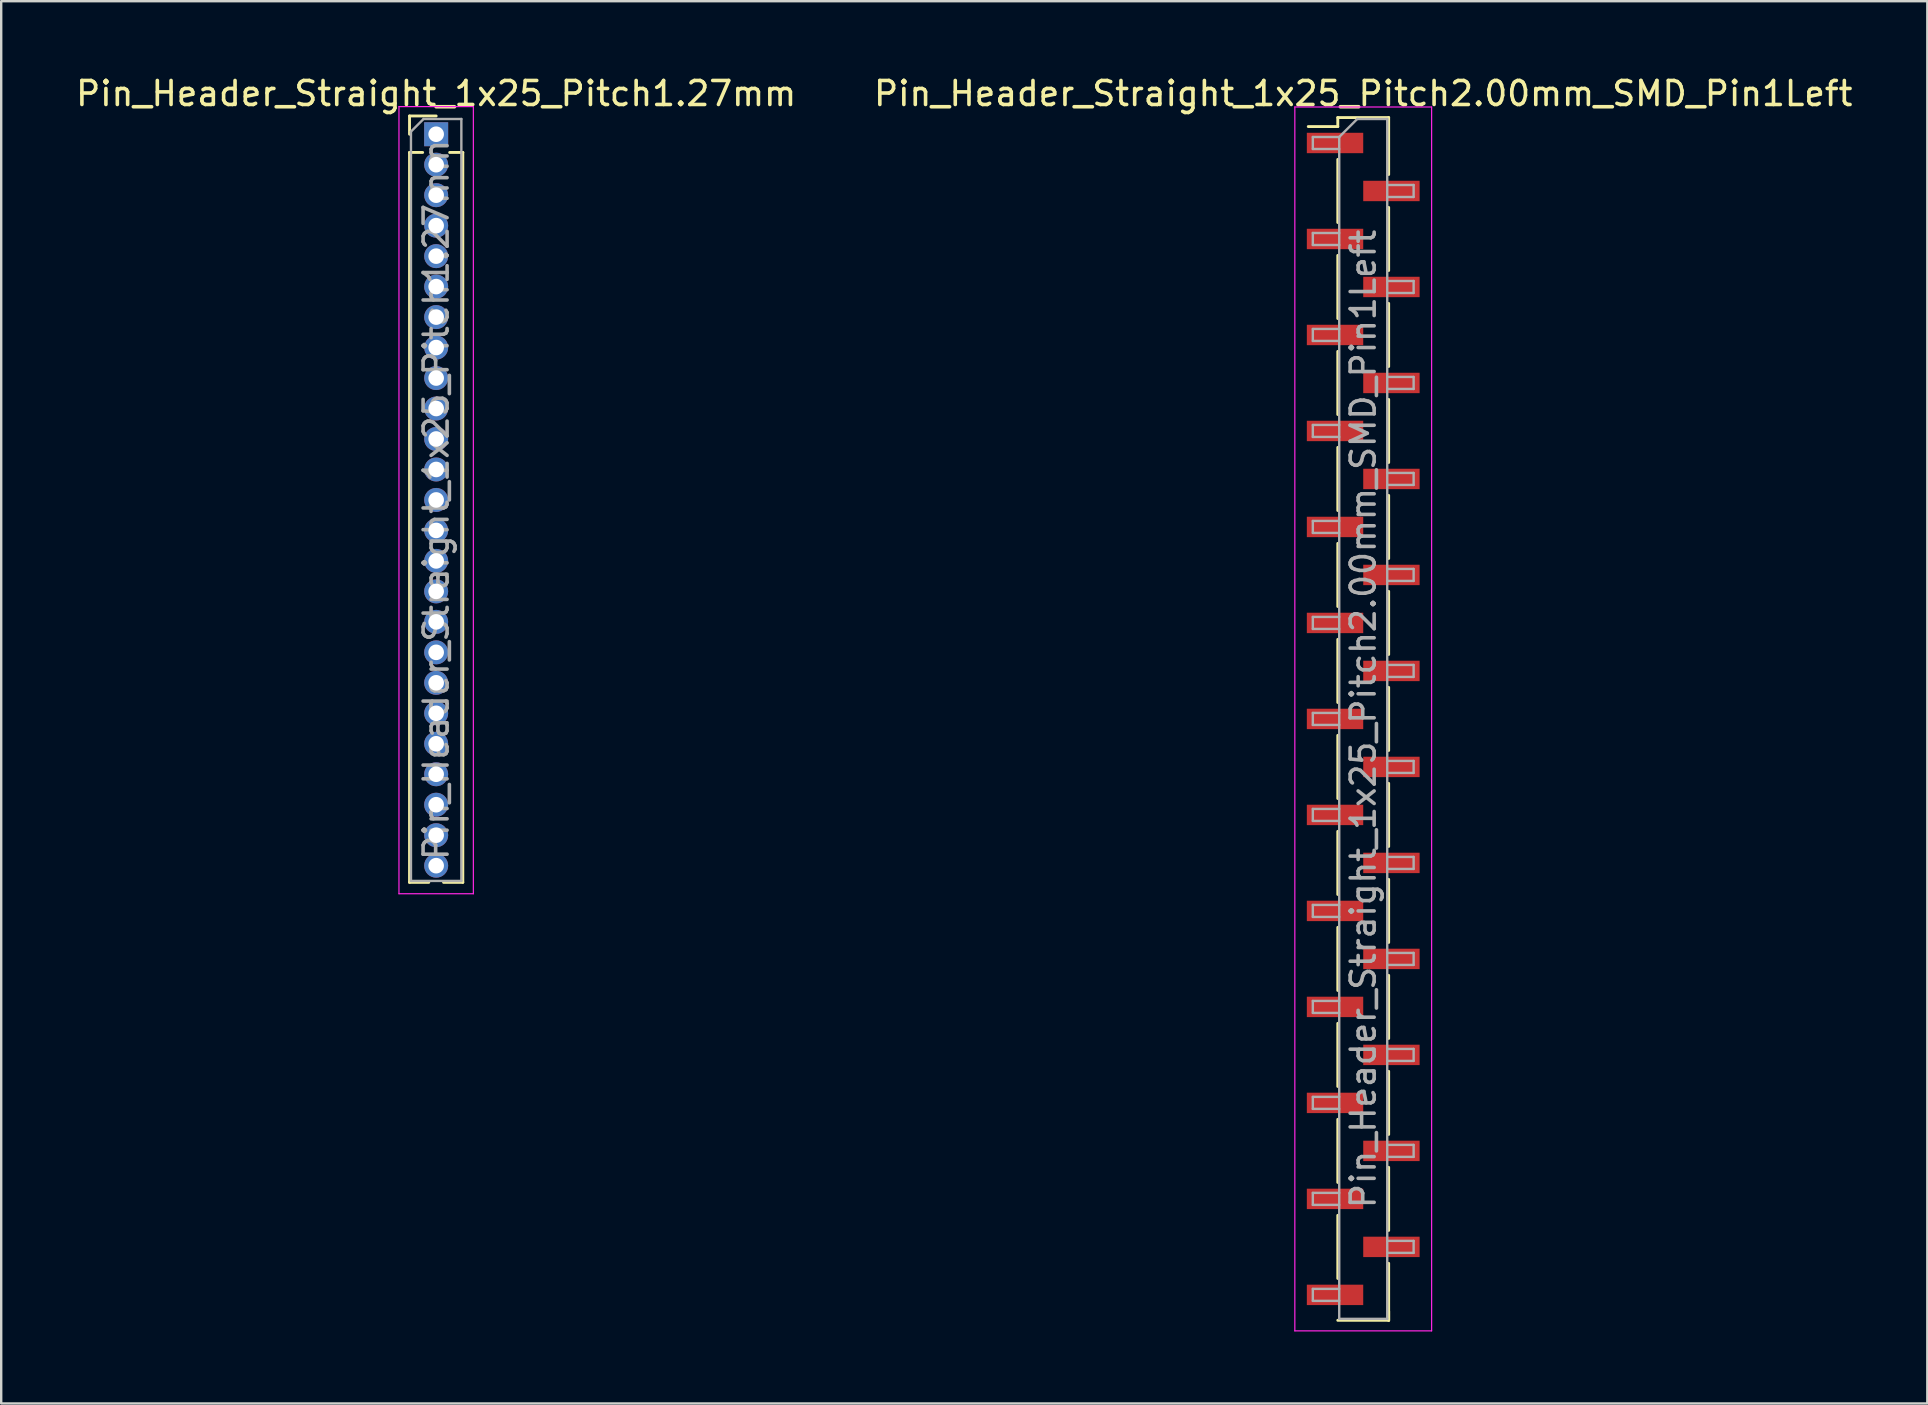
<source format=kicad_pcb>
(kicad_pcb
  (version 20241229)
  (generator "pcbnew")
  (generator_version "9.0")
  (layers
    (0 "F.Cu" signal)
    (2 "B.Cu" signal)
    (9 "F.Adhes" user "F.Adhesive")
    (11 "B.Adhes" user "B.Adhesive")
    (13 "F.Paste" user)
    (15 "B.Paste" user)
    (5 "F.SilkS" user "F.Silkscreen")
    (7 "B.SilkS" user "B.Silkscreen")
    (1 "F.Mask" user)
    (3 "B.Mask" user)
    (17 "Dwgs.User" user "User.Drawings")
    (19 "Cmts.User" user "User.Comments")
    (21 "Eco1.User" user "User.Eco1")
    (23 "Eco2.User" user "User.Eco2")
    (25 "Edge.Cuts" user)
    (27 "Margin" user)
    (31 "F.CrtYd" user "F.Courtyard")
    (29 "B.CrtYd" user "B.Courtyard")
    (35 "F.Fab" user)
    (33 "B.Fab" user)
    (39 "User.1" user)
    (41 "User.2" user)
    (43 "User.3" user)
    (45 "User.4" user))
  (footprint "Pin_Header_Straight_1x25_Pitch1.27mm"
    (layer "F.Cu")
    (at 15.125 2.543)
    (property "Reference" "Pin_Header_Straight_1x25_Pitch1.27mm" (at 0 -1.695 0) (layer "F.SilkS") (effects (font (size 1 1) (thickness 0.15))))
    (attr through_hole)
    (fp_line (start -1.11 -0.76) (end 0 -0.76) (stroke (width 0.12) (type solid)) (layer "F.SilkS"))
    (fp_line (start -1.11 0) (end -1.11 -0.76) (stroke (width 0.12) (type solid)) (layer "F.SilkS"))
    (fp_line (start -1.11 0.76) (end -1.11 31.175) (stroke (width 0.12) (type solid)) (layer "F.SilkS"))
    (fp_line (start -1.11 0.76) (end -0.563 0.76) (stroke (width 0.12) (type solid)) (layer "F.SilkS"))
    (fp_line (start -1.11 31.175) (end -0.308 31.175) (stroke (width 0.12) (type solid)) (layer "F.SilkS"))
    (fp_line (start 0.308 31.175) (end 1.11 31.175) (stroke (width 0.12) (type solid)) (layer "F.SilkS"))
    (fp_line (start 0.563 0.76) (end 1.11 0.76) (stroke (width 0.12) (type solid)) (layer "F.SilkS"))
    (fp_line (start 1.11 0.76) (end 1.11 31.175) (stroke (width 0.12) (type solid)) (layer "F.SilkS"))
    (fp_line (start -1.55 -1.15) (end -1.55 31.65) (stroke (width 0.05) (type solid)) (layer "F.CrtYd"))
    (fp_line (start -1.55 31.65) (end 1.55 31.65) (stroke (width 0.05) (type solid)) (layer "F.CrtYd"))
    (fp_line (start 1.55 -1.15) (end -1.55 -1.15) (stroke (width 0.05) (type solid)) (layer "F.CrtYd"))
    (fp_line (start 1.55 31.65) (end 1.55 -1.15) (stroke (width 0.05) (type solid)) (layer "F.CrtYd"))
    (fp_line (start -1.05 -0.11) (end -0.525 -0.635) (stroke (width 0.1) (type solid)) (layer "F.Fab"))
    (fp_line (start -1.05 31.115) (end -1.05 -0.11) (stroke (width 0.1) (type solid)) (layer "F.Fab"))
    (fp_line (start -0.525 -0.635) (end 1.05 -0.635) (stroke (width 0.1) (type solid)) (layer "F.Fab"))
    (fp_line (start 1.05 -0.635) (end 1.05 31.115) (stroke (width 0.1) (type solid)) (layer "F.Fab"))
    (fp_line (start 1.05 31.115) (end -1.05 31.115) (stroke (width 0.1) (type solid)) (layer "F.Fab"))
    (fp_text user "${REFERENCE}" (at 0 15.24 90) (layer "F.Fab") (effects (font (size 1 1) (thickness 0.15))))
    (pad "1" thru_hole rect (at 0 0) (size 1 1) (drill 0.65) (layers "*.Cu" "*.Mask"))
    (pad "2" thru_hole oval (at 0 1.27) (size 1 1) (drill 0.65) (layers "*.Cu" "*.Mask"))
    (pad "3" thru_hole oval (at 0 2.54) (size 1 1) (drill 0.65) (layers "*.Cu" "*.Mask"))
    (pad "4" thru_hole oval (at 0 3.81) (size 1 1) (drill 0.65) (layers "*.Cu" "*.Mask"))
    (pad "5" thru_hole oval (at 0 5.08) (size 1 1) (drill 0.65) (layers "*.Cu" "*.Mask"))
    (pad "6" thru_hole oval (at 0 6.35) (size 1 1) (drill 0.65) (layers "*.Cu" "*.Mask"))
    (pad "7" thru_hole oval (at 0 7.62) (size 1 1) (drill 0.65) (layers "*.Cu" "*.Mask"))
    (pad "8" thru_hole oval (at 0 8.89) (size 1 1) (drill 0.65) (layers "*.Cu" "*.Mask"))
    (pad "9" thru_hole oval (at 0 10.16) (size 1 1) (drill 0.65) (layers "*.Cu" "*.Mask"))
    (pad "10" thru_hole oval (at 0 11.43) (size 1 1) (drill 0.65) (layers "*.Cu" "*.Mask"))
    (pad "11" thru_hole oval (at 0 12.7) (size 1 1) (drill 0.65) (layers "*.Cu" "*.Mask"))
    (pad "12" thru_hole oval (at 0 13.97) (size 1 1) (drill 0.65) (layers "*.Cu" "*.Mask"))
    (pad "13" thru_hole oval (at 0 15.24) (size 1 1) (drill 0.65) (layers "*.Cu" "*.Mask"))
    (pad "14" thru_hole oval (at 0 16.51) (size 1 1) (drill 0.65) (layers "*.Cu" "*.Mask"))
    (pad "15" thru_hole oval (at 0 17.78) (size 1 1) (drill 0.65) (layers "*.Cu" "*.Mask"))
    (pad "16" thru_hole oval (at 0 19.05) (size 1 1) (drill 0.65) (layers "*.Cu" "*.Mask"))
    (pad "17" thru_hole oval (at 0 20.32) (size 1 1) (drill 0.65) (layers "*.Cu" "*.Mask"))
    (pad "18" thru_hole oval (at 0 21.59) (size 1 1) (drill 0.65) (layers "*.Cu" "*.Mask"))
    (pad "19" thru_hole oval (at 0 22.86) (size 1 1) (drill 0.65) (layers "*.Cu" "*.Mask"))
    (pad "20" thru_hole oval (at 0 24.13) (size 1 1) (drill 0.65) (layers "*.Cu" "*.Mask"))
    (pad "21" thru_hole oval (at 0 25.4) (size 1 1) (drill 0.65) (layers "*.Cu" "*.Mask"))
    (pad "22" thru_hole oval (at 0 26.67) (size 1 1) (drill 0.65) (layers "*.Cu" "*.Mask"))
    (pad "23" thru_hole oval (at 0 27.94) (size 1 1) (drill 0.65) (layers "*.Cu" "*.Mask"))
    (pad "24" thru_hole oval (at 0 29.21) (size 1 1) (drill 0.65) (layers "*.Cu" "*.Mask"))
    (pad "25" thru_hole oval (at 0 30.48) (size 1 1) (drill 0.65) (layers "*.Cu" "*.Mask")))
  (footprint "Pin_Header_Straight_1x25_Pitch2.00mm_SMD_Pin1Left"
    (layer "F.Cu")
    (at 53.756 26.908)
    (property "Reference" "Pin_Header_Straight_1x25_Pitch2.00mm_SMD_Pin1Left" (at 0 -26.06 0) (layer "F.SilkS") (effects (font (size 1 1) (thickness 0.15))))
    (attr smd)
    (fp_line (start -1.06 -25.06) (end -1.06 -24.685) (stroke (width 0.12) (type solid)) (layer "F.SilkS"))
    (fp_line (start -1.06 -25.06) (end 1.06 -25.06) (stroke (width 0.12) (type solid)) (layer "F.SilkS"))
    (fp_line (start -1.06 -24.685) (end -2.29 -24.685) (stroke (width 0.12) (type solid)) (layer "F.SilkS"))
    (fp_line (start -1.06 -23.315) (end -1.06 -20.685) (stroke (width 0.12) (type solid)) (layer "F.SilkS"))
    (fp_line (start -1.06 -19.315) (end -1.06 -16.685) (stroke (width 0.12) (type solid)) (layer "F.SilkS"))
    (fp_line (start -1.06 -15.315) (end -1.06 -12.685) (stroke (width 0.12) (type solid)) (layer "F.SilkS"))
    (fp_line (start -1.06 -11.315) (end -1.06 -8.685) (stroke (width 0.12) (type solid)) (layer "F.SilkS"))
    (fp_line (start -1.06 -7.315) (end -1.06 -4.685) (stroke (width 0.12) (type solid)) (layer "F.SilkS"))
    (fp_line (start -1.06 -3.315) (end -1.06 -0.685) (stroke (width 0.12) (type solid)) (layer "F.SilkS"))
    (fp_line (start -1.06 0.685) (end -1.06 3.315) (stroke (width 0.12) (type solid)) (layer "F.SilkS"))
    (fp_line (start -1.06 4.685) (end -1.06 7.315) (stroke (width 0.12) (type solid)) (layer "F.SilkS"))
    (fp_line (start -1.06 8.685) (end -1.06 11.315) (stroke (width 0.12) (type solid)) (layer "F.SilkS"))
    (fp_line (start -1.06 12.685) (end -1.06 15.315) (stroke (width 0.12) (type solid)) (layer "F.SilkS"))
    (fp_line (start -1.06 16.685) (end -1.06 19.315) (stroke (width 0.12) (type solid)) (layer "F.SilkS"))
    (fp_line (start -1.06 20.685) (end -1.06 23.315) (stroke (width 0.12) (type solid)) (layer "F.SilkS"))
    (fp_line (start -1.06 25.06) (end 1.06 25.06) (stroke (width 0.12) (type solid)) (layer "F.SilkS"))
    (fp_line (start 1.06 -25.06) (end 1.06 -22.685) (stroke (width 0.12) (type solid)) (layer "F.SilkS"))
    (fp_line (start 1.06 -21.315) (end 1.06 -18.685) (stroke (width 0.12) (type solid)) (layer "F.SilkS"))
    (fp_line (start 1.06 -17.315) (end 1.06 -14.685) (stroke (width 0.12) (type solid)) (layer "F.SilkS"))
    (fp_line (start 1.06 -13.315) (end 1.06 -10.685) (stroke (width 0.12) (type solid)) (layer "F.SilkS"))
    (fp_line (start 1.06 -9.315) (end 1.06 -6.685) (stroke (width 0.12) (type solid)) (layer "F.SilkS"))
    (fp_line (start 1.06 -5.315) (end 1.06 -2.685) (stroke (width 0.12) (type solid)) (layer "F.SilkS"))
    (fp_line (start 1.06 -1.315) (end 1.06 1.315) (stroke (width 0.12) (type solid)) (layer "F.SilkS"))
    (fp_line (start 1.06 2.685) (end 1.06 5.315) (stroke (width 0.12) (type solid)) (layer "F.SilkS"))
    (fp_line (start 1.06 6.685) (end 1.06 9.315) (stroke (width 0.12) (type solid)) (layer "F.SilkS"))
    (fp_line (start 1.06 10.685) (end 1.06 13.315) (stroke (width 0.12) (type solid)) (layer "F.SilkS"))
    (fp_line (start 1.06 14.685) (end 1.06 17.315) (stroke (width 0.12) (type solid)) (layer "F.SilkS"))
    (fp_line (start 1.06 18.685) (end 1.06 21.315) (stroke (width 0.12) (type solid)) (layer "F.SilkS"))
    (fp_line (start 1.06 22.685) (end 1.06 25.06) (stroke (width 0.12) (type solid)) (layer "F.SilkS"))
    (fp_line (start 1.06 24.685) (end 1.06 25.06) (stroke (width 0.12) (type solid)) (layer "F.SilkS"))
    (fp_line (start -2.85 -25.5) (end -2.85 25.5) (stroke (width 0.05) (type solid)) (layer "F.CrtYd"))
    (fp_line (start -2.85 25.5) (end 2.85 25.5) (stroke (width 0.05) (type solid)) (layer "F.CrtYd"))
    (fp_line (start 2.85 -25.5) (end -2.85 -25.5) (stroke (width 0.05) (type solid)) (layer "F.CrtYd"))
    (fp_line (start 2.85 25.5) (end 2.85 -25.5) (stroke (width 0.05) (type solid)) (layer "F.CrtYd"))
    (fp_line (start -2.1 -24.25) (end -2.1 -23.75) (stroke (width 0.1) (type solid)) (layer "F.Fab"))
    (fp_line (start -2.1 -23.75) (end -1 -23.75) (stroke (width 0.1) (type solid)) (layer "F.Fab"))
    (fp_line (start -2.1 -20.25) (end -2.1 -19.75) (stroke (width 0.1) (type solid)) (layer "F.Fab"))
    (fp_line (start -2.1 -19.75) (end -1 -19.75) (stroke (width 0.1) (type solid)) (layer "F.Fab"))
    (fp_line (start -2.1 -16.25) (end -2.1 -15.75) (stroke (width 0.1) (type solid)) (layer "F.Fab"))
    (fp_line (start -2.1 -15.75) (end -1 -15.75) (stroke (width 0.1) (type solid)) (layer "F.Fab"))
    (fp_line (start -2.1 -12.25) (end -2.1 -11.75) (stroke (width 0.1) (type solid)) (layer "F.Fab"))
    (fp_line (start -2.1 -11.75) (end -1 -11.75) (stroke (width 0.1) (type solid)) (layer "F.Fab"))
    (fp_line (start -2.1 -8.25) (end -2.1 -7.75) (stroke (width 0.1) (type solid)) (layer "F.Fab"))
    (fp_line (start -2.1 -7.75) (end -1 -7.75) (stroke (width 0.1) (type solid)) (layer "F.Fab"))
    (fp_line (start -2.1 -4.25) (end -2.1 -3.75) (stroke (width 0.1) (type solid)) (layer "F.Fab"))
    (fp_line (start -2.1 -3.75) (end -1 -3.75) (stroke (width 0.1) (type solid)) (layer "F.Fab"))
    (fp_line (start -2.1 -0.25) (end -2.1 0.25) (stroke (width 0.1) (type solid)) (layer "F.Fab"))
    (fp_line (start -2.1 0.25) (end -1 0.25) (stroke (width 0.1) (type solid)) (layer "F.Fab"))
    (fp_line (start -2.1 3.75) (end -2.1 4.25) (stroke (width 0.1) (type solid)) (layer "F.Fab"))
    (fp_line (start -2.1 4.25) (end -1 4.25) (stroke (width 0.1) (type solid)) (layer "F.Fab"))
    (fp_line (start -2.1 7.75) (end -2.1 8.25) (stroke (width 0.1) (type solid)) (layer "F.Fab"))
    (fp_line (start -2.1 8.25) (end -1 8.25) (stroke (width 0.1) (type solid)) (layer "F.Fab"))
    (fp_line (start -2.1 11.75) (end -2.1 12.25) (stroke (width 0.1) (type solid)) (layer "F.Fab"))
    (fp_line (start -2.1 12.25) (end -1 12.25) (stroke (width 0.1) (type solid)) (layer "F.Fab"))
    (fp_line (start -2.1 15.75) (end -2.1 16.25) (stroke (width 0.1) (type solid)) (layer "F.Fab"))
    (fp_line (start -2.1 16.25) (end -1 16.25) (stroke (width 0.1) (type solid)) (layer "F.Fab"))
    (fp_line (start -2.1 19.75) (end -2.1 20.25) (stroke (width 0.1) (type solid)) (layer "F.Fab"))
    (fp_line (start -2.1 20.25) (end -1 20.25) (stroke (width 0.1) (type solid)) (layer "F.Fab"))
    (fp_line (start -2.1 23.75) (end -2.1 24.25) (stroke (width 0.1) (type solid)) (layer "F.Fab"))
    (fp_line (start -2.1 24.25) (end -1 24.25) (stroke (width 0.1) (type solid)) (layer "F.Fab"))
    (fp_line (start -1 -24.25) (end -2.1 -24.25) (stroke (width 0.1) (type solid)) (layer "F.Fab"))
    (fp_line (start -1 -24.25) (end -0.25 -25) (stroke (width 0.1) (type solid)) (layer "F.Fab"))
    (fp_line (start -1 -20.25) (end -2.1 -20.25) (stroke (width 0.1) (type solid)) (layer "F.Fab"))
    (fp_line (start -1 -16.25) (end -2.1 -16.25) (stroke (width 0.1) (type solid)) (layer "F.Fab"))
    (fp_line (start -1 -12.25) (end -2.1 -12.25) (stroke (width 0.1) (type solid)) (layer "F.Fab"))
    (fp_line (start -1 -8.25) (end -2.1 -8.25) (stroke (width 0.1) (type solid)) (layer "F.Fab"))
    (fp_line (start -1 -4.25) (end -2.1 -4.25) (stroke (width 0.1) (type solid)) (layer "F.Fab"))
    (fp_line (start -1 -0.25) (end -2.1 -0.25) (stroke (width 0.1) (type solid)) (layer "F.Fab"))
    (fp_line (start -1 3.75) (end -2.1 3.75) (stroke (width 0.1) (type solid)) (layer "F.Fab"))
    (fp_line (start -1 7.75) (end -2.1 7.75) (stroke (width 0.1) (type solid)) (layer "F.Fab"))
    (fp_line (start -1 11.75) (end -2.1 11.75) (stroke (width 0.1) (type solid)) (layer "F.Fab"))
    (fp_line (start -1 15.75) (end -2.1 15.75) (stroke (width 0.1) (type solid)) (layer "F.Fab"))
    (fp_line (start -1 19.75) (end -2.1 19.75) (stroke (width 0.1) (type solid)) (layer "F.Fab"))
    (fp_line (start -1 23.75) (end -2.1 23.75) (stroke (width 0.1) (type solid)) (layer "F.Fab"))
    (fp_line (start -1 25) (end -1 -24.25) (stroke (width 0.1) (type solid)) (layer "F.Fab"))
    (fp_line (start -0.25 -25) (end 1 -25) (stroke (width 0.1) (type solid)) (layer "F.Fab"))
    (fp_line (start 1 -25) (end 1 25) (stroke (width 0.1) (type solid)) (layer "F.Fab"))
    (fp_line (start 1 -22.25) (end 2.1 -22.25) (stroke (width 0.1) (type solid)) (layer "F.Fab"))
    (fp_line (start 1 -18.25) (end 2.1 -18.25) (stroke (width 0.1) (type solid)) (layer "F.Fab"))
    (fp_line (start 1 -14.25) (end 2.1 -14.25) (stroke (width 0.1) (type solid)) (layer "F.Fab"))
    (fp_line (start 1 -10.25) (end 2.1 -10.25) (stroke (width 0.1) (type solid)) (layer "F.Fab"))
    (fp_line (start 1 -6.25) (end 2.1 -6.25) (stroke (width 0.1) (type solid)) (layer "F.Fab"))
    (fp_line (start 1 -2.25) (end 2.1 -2.25) (stroke (width 0.1) (type solid)) (layer "F.Fab"))
    (fp_line (start 1 1.75) (end 2.1 1.75) (stroke (width 0.1) (type solid)) (layer "F.Fab"))
    (fp_line (start 1 5.75) (end 2.1 5.75) (stroke (width 0.1) (type solid)) (layer "F.Fab"))
    (fp_line (start 1 9.75) (end 2.1 9.75) (stroke (width 0.1) (type solid)) (layer "F.Fab"))
    (fp_line (start 1 13.75) (end 2.1 13.75) (stroke (width 0.1) (type solid)) (layer "F.Fab"))
    (fp_line (start 1 17.75) (end 2.1 17.75) (stroke (width 0.1) (type solid)) (layer "F.Fab"))
    (fp_line (start 1 21.75) (end 2.1 21.75) (stroke (width 0.1) (type solid)) (layer "F.Fab"))
    (fp_line (start 1 25) (end -1 25) (stroke (width 0.1) (type solid)) (layer "F.Fab"))
    (fp_line (start 2.1 -22.25) (end 2.1 -21.75) (stroke (width 0.1) (type solid)) (layer "F.Fab"))
    (fp_line (start 2.1 -21.75) (end 1 -21.75) (stroke (width 0.1) (type solid)) (layer "F.Fab"))
    (fp_line (start 2.1 -18.25) (end 2.1 -17.75) (stroke (width 0.1) (type solid)) (layer "F.Fab"))
    (fp_line (start 2.1 -17.75) (end 1 -17.75) (stroke (width 0.1) (type solid)) (layer "F.Fab"))
    (fp_line (start 2.1 -14.25) (end 2.1 -13.75) (stroke (width 0.1) (type solid)) (layer "F.Fab"))
    (fp_line (start 2.1 -13.75) (end 1 -13.75) (stroke (width 0.1) (type solid)) (layer "F.Fab"))
    (fp_line (start 2.1 -10.25) (end 2.1 -9.75) (stroke (width 0.1) (type solid)) (layer "F.Fab"))
    (fp_line (start 2.1 -9.75) (end 1 -9.75) (stroke (width 0.1) (type solid)) (layer "F.Fab"))
    (fp_line (start 2.1 -6.25) (end 2.1 -5.75) (stroke (width 0.1) (type solid)) (layer "F.Fab"))
    (fp_line (start 2.1 -5.75) (end 1 -5.75) (stroke (width 0.1) (type solid)) (layer "F.Fab"))
    (fp_line (start 2.1 -2.25) (end 2.1 -1.75) (stroke (width 0.1) (type solid)) (layer "F.Fab"))
    (fp_line (start 2.1 -1.75) (end 1 -1.75) (stroke (width 0.1) (type solid)) (layer "F.Fab"))
    (fp_line (start 2.1 1.75) (end 2.1 2.25) (stroke (width 0.1) (type solid)) (layer "F.Fab"))
    (fp_line (start 2.1 2.25) (end 1 2.25) (stroke (width 0.1) (type solid)) (layer "F.Fab"))
    (fp_line (start 2.1 5.75) (end 2.1 6.25) (stroke (width 0.1) (type solid)) (layer "F.Fab"))
    (fp_line (start 2.1 6.25) (end 1 6.25) (stroke (width 0.1) (type solid)) (layer "F.Fab"))
    (fp_line (start 2.1 9.75) (end 2.1 10.25) (stroke (width 0.1) (type solid)) (layer "F.Fab"))
    (fp_line (start 2.1 10.25) (end 1 10.25) (stroke (width 0.1) (type solid)) (layer "F.Fab"))
    (fp_line (start 2.1 13.75) (end 2.1 14.25) (stroke (width 0.1) (type solid)) (layer "F.Fab"))
    (fp_line (start 2.1 14.25) (end 1 14.25) (stroke (width 0.1) (type solid)) (layer "F.Fab"))
    (fp_line (start 2.1 17.75) (end 2.1 18.25) (stroke (width 0.1) (type solid)) (layer "F.Fab"))
    (fp_line (start 2.1 18.25) (end 1 18.25) (stroke (width 0.1) (type solid)) (layer "F.Fab"))
    (fp_line (start 2.1 21.75) (end 2.1 22.25) (stroke (width 0.1) (type solid)) (layer "F.Fab"))
    (fp_line (start 2.1 22.25) (end 1 22.25) (stroke (width 0.1) (type solid)) (layer "F.Fab"))
    (fp_text user "${REFERENCE}" (at 0 0 90) (layer "F.Fab") (effects (font (size 1 1) (thickness 0.15))))
    (pad "1" smd rect (at -1.175 -24) (size 2.35 0.85) (layers "F.Cu" "F.Mask" "F.Paste"))
    (pad "2" smd rect (at 1.175 -22) (size 2.35 0.85) (layers "F.Cu" "F.Mask" "F.Paste"))
    (pad "3" smd rect (at -1.175 -20) (size 2.35 0.85) (layers "F.Cu" "F.Mask" "F.Paste"))
    (pad "4" smd rect (at 1.175 -18) (size 2.35 0.85) (layers "F.Cu" "F.Mask" "F.Paste"))
    (pad "5" smd rect (at -1.175 -16) (size 2.35 0.85) (layers "F.Cu" "F.Mask" "F.Paste"))
    (pad "6" smd rect (at 1.175 -14) (size 2.35 0.85) (layers "F.Cu" "F.Mask" "F.Paste"))
    (pad "7" smd rect (at -1.175 -12) (size 2.35 0.85) (layers "F.Cu" "F.Mask" "F.Paste"))
    (pad "8" smd rect (at 1.175 -10) (size 2.35 0.85) (layers "F.Cu" "F.Mask" "F.Paste"))
    (pad "9" smd rect (at -1.175 -8) (size 2.35 0.85) (layers "F.Cu" "F.Mask" "F.Paste"))
    (pad "10" smd rect (at 1.175 -6) (size 2.35 0.85) (layers "F.Cu" "F.Mask" "F.Paste"))
    (pad "11" smd rect (at -1.175 -4) (size 2.35 0.85) (layers "F.Cu" "F.Mask" "F.Paste"))
    (pad "12" smd rect (at 1.175 -2) (size 2.35 0.85) (layers "F.Cu" "F.Mask" "F.Paste"))
    (pad "13" smd rect (at -1.175 0) (size 2.35 0.85) (layers "F.Cu" "F.Mask" "F.Paste"))
    (pad "14" smd rect (at 1.175 2) (size 2.35 0.85) (layers "F.Cu" "F.Mask" "F.Paste"))
    (pad "15" smd rect (at -1.175 4) (size 2.35 0.85) (layers "F.Cu" "F.Mask" "F.Paste"))
    (pad "16" smd rect (at 1.175 6) (size 2.35 0.85) (layers "F.Cu" "F.Mask" "F.Paste"))
    (pad "17" smd rect (at -1.175 8) (size 2.35 0.85) (layers "F.Cu" "F.Mask" "F.Paste"))
    (pad "18" smd rect (at 1.175 10) (size 2.35 0.85) (layers "F.Cu" "F.Mask" "F.Paste"))
    (pad "19" smd rect (at -1.175 12) (size 2.35 0.85) (layers "F.Cu" "F.Mask" "F.Paste"))
    (pad "20" smd rect (at 1.175 14) (size 2.35 0.85) (layers "F.Cu" "F.Mask" "F.Paste"))
    (pad "21" smd rect (at -1.175 16) (size 2.35 0.85) (layers "F.Cu" "F.Mask" "F.Paste"))
    (pad "22" smd rect (at 1.175 18) (size 2.35 0.85) (layers "F.Cu" "F.Mask" "F.Paste"))
    (pad "23" smd rect (at -1.175 20) (size 2.35 0.85) (layers "F.Cu" "F.Mask" "F.Paste"))
    (pad "24" smd rect (at 1.175 22) (size 2.35 0.85) (layers "F.Cu" "F.Mask" "F.Paste"))
    (pad "25" smd rect (at -1.175 24) (size 2.35 0.85) (layers "F.Cu" "F.Mask" "F.Paste")))
  (gr_rect
    (start -3 -3)
    (end 77.262 55.433)
    (stroke (width 0.1) (type default))
    (fill no)
    (layer "Edge.Cuts")))
</source>
